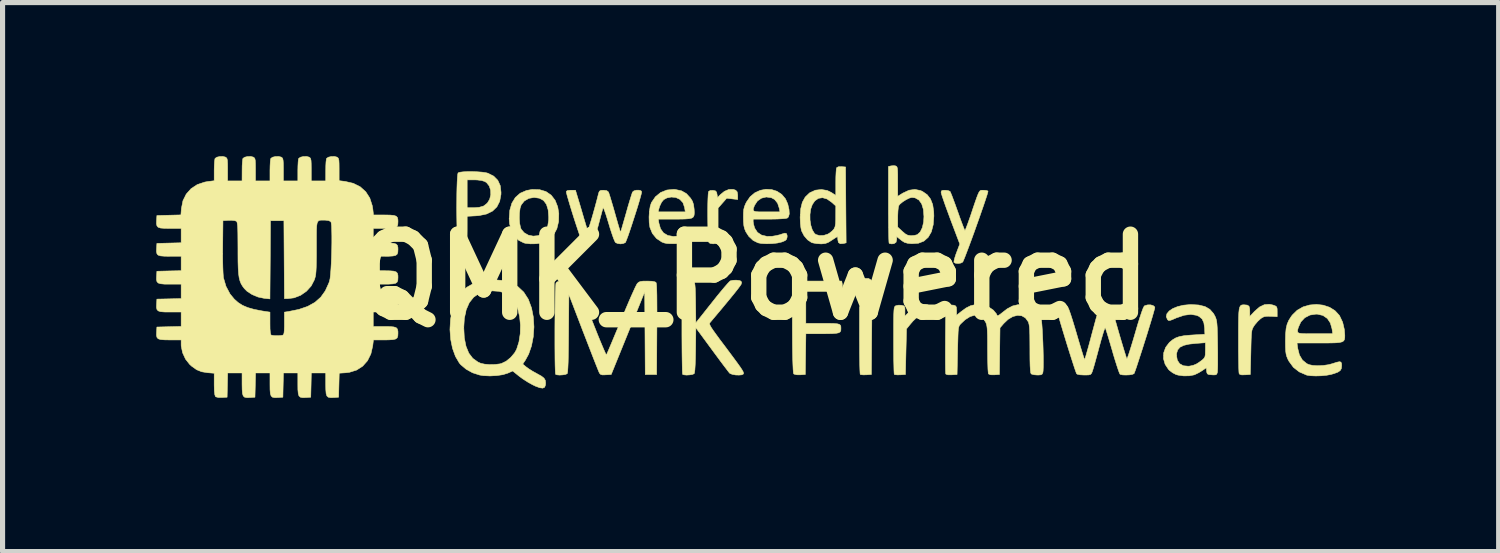
<source format=kicad_pcb>
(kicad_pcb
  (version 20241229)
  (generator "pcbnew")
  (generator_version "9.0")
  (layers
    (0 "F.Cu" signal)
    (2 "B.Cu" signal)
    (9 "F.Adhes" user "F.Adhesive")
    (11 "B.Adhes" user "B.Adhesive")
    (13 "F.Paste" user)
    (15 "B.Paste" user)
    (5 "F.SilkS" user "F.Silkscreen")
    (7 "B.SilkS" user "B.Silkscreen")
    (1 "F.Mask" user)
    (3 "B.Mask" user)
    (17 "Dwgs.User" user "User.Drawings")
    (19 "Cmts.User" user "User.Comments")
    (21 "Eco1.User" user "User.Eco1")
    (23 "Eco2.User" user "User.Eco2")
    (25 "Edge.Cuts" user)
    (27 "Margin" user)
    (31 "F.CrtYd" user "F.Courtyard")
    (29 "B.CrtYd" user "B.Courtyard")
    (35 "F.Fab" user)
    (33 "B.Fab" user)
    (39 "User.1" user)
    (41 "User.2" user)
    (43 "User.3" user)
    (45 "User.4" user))
  (footprint "QMK_Powered"
    (layer "F.Cu")
    (at 11.655 2.357)
    (property "Reference" "QMK_Powered" (at 0 0 0) (layer "F.SilkS") (effects (font (size 1.524 1.524) (thickness 0.3))))
    (attr through_hole)
    (fp_poly (pts (xy 2.246 0.553) (xy 2.319 0.566) (xy 2.313 1.236) (xy 2.308 1.905) (xy 2.207 1.911) (xy 2.146 1.912) (xy 2.102 1.907) (xy 2.091 1.903) (xy 2.087 1.88) (xy 2.084 1.821) (xy 2.081 1.732) (xy 2.079 1.618) (xy 2.077 1.482) (xy 2.077 1.331) (xy 2.076 1.236) (xy 2.076 0.584) (xy 2.125 0.561) (xy 2.181 0.55) (xy 2.246 0.553)) (stroke (width 0.01) (type solid)) (fill yes) (layer "F.SilkS"))
    (fp_poly (pts (xy 2.25 0.028) (xy 2.305 0.061) (xy 2.334 0.124) (xy 2.338 0.169) (xy 2.333 0.228) (xy 2.319 0.269) (xy 2.313 0.277) (xy 2.26 0.301) (xy 2.192 0.311) (xy 2.147 0.307) (xy 2.092 0.285) (xy 2.064 0.243) (xy 2.056 0.172) (xy 2.056 0.171) (xy 2.064 0.1) (xy 2.095 0.057) (xy 2.155 0.032) (xy 2.174 0.028) (xy 2.25 0.028)) (stroke (width 0.01) (type solid)) (fill yes) (layer "F.SilkS"))
    (fp_poly (pts (xy -0.341 -1.693) (xy -0.313 -1.663) (xy -0.303 -1.608) (xy -0.302 -1.592) (xy -0.302 -1.512) (xy -0.409 -1.524) (xy -0.517 -1.537) (xy -0.601 -1.441) (xy -0.685 -1.345) (xy -0.685 -1.007) (xy -0.686 -0.881) (xy -0.688 -0.789) (xy -0.691 -0.727) (xy -0.697 -0.688) (xy -0.706 -0.666) (xy -0.717 -0.657) (xy -0.78 -0.646) (xy -0.837 -0.654) (xy -0.863 -0.669) (xy -0.87 -0.696) (xy -0.875 -0.755) (xy -0.88 -0.842) (xy -0.884 -0.948) (xy -0.886 -1.066) (xy -0.887 -1.19) (xy -0.887 -1.314) (xy -0.886 -1.429) (xy -0.883 -1.529) (xy -0.879 -1.607) (xy -0.873 -1.657) (xy -0.869 -1.67) (xy -0.837 -1.688) (xy -0.784 -1.69) (xy -0.736 -1.68) (xy -0.714 -1.655) (xy -0.706 -1.616) (xy -0.695 -1.549) (xy -0.645 -1.603) (xy -0.562 -1.671) (xy -0.475 -1.708) (xy -0.391 -1.71) (xy -0.341 -1.693)) (stroke (width 0.01) (type solid)) (fill yes) (layer "F.SilkS"))
    (fp_poly (pts (xy 3.405 0.544) (xy 3.461 0.565) (xy 3.489 0.596) (xy 3.497 0.623) (xy 3.502 0.686) (xy 3.496 0.734) (xy 3.487 0.764) (xy 3.47 0.778) (xy 3.436 0.781) (xy 3.374 0.775) (xy 3.365 0.774) (xy 3.288 0.77) (xy 3.228 0.78) (xy 3.175 0.809) (xy 3.118 0.864) (xy 3.071 0.919) (xy 2.994 1.014) (xy 2.983 1.46) (xy 2.973 1.905) (xy 2.872 1.911) (xy 2.811 1.912) (xy 2.767 1.907) (xy 2.756 1.903) (xy 2.752 1.88) (xy 2.749 1.821) (xy 2.747 1.732) (xy 2.744 1.618) (xy 2.743 1.482) (xy 2.742 1.331) (xy 2.742 1.237) (xy 2.742 1.058) (xy 2.742 0.915) (xy 2.743 0.804) (xy 2.745 0.72) (xy 2.748 0.66) (xy 2.752 0.619) (xy 2.758 0.593) (xy 2.766 0.577) (xy 2.776 0.568) (xy 2.784 0.563) (xy 2.835 0.551) (xy 2.895 0.553) (xy 2.936 0.563) (xy 2.956 0.581) (xy 2.963 0.618) (xy 2.963 0.666) (xy 2.963 0.766) (xy 3.059 0.667) (xy 3.158 0.584) (xy 3.256 0.54) (xy 3.358 0.535) (xy 3.405 0.544)) (stroke (width 0.01) (type solid)) (fill yes) (layer "F.SilkS"))
    (fp_poly (pts (xy 1.739 0.135) (xy 1.741 0.194) (xy 1.732 0.236) (xy 1.725 0.253) (xy 1.713 0.265) (xy 1.691 0.273) (xy 1.652 0.278) (xy 1.592 0.281) (xy 1.504 0.282) (xy 1.381 0.282) (xy 1.028 0.282) (xy 1.028 0.907) (xy 1.359 0.907) (xy 1.486 0.907) (xy 1.578 0.909) (xy 1.642 0.915) (xy 1.681 0.925) (xy 1.703 0.942) (xy 1.712 0.968) (xy 1.713 1.004) (xy 1.713 1.016) (xy 1.711 1.049) (xy 1.698 1.073) (xy 1.671 1.09) (xy 1.623 1.1) (xy 1.55 1.106) (xy 1.446 1.108) (xy 1.347 1.109) (xy 1.029 1.109) (xy 1.018 1.905) (xy 0.917 1.911) (xy 0.846 1.91) (xy 0.799 1.897) (xy 0.791 1.892) (xy 0.785 1.866) (xy 0.78 1.806) (xy 0.776 1.715) (xy 0.772 1.6) (xy 0.769 1.464) (xy 0.767 1.314) (xy 0.766 1.154) (xy 0.765 0.99) (xy 0.765 0.826) (xy 0.766 0.669) (xy 0.768 0.522) (xy 0.77 0.391) (xy 0.773 0.281) (xy 0.778 0.197) (xy 0.783 0.145) (xy 0.786 0.132) (xy 0.805 0.081) (xy 1.729 0.081) (xy 1.739 0.135)) (stroke (width 0.01) (type solid)) (fill yes) (layer "F.SilkS"))
    (fp_poly (pts (xy 10.147 0.548) (xy 10.196 0.566) (xy 10.221 0.586) (xy 10.23 0.622) (xy 10.231 0.675) (xy 10.231 0.776) (xy 10.104 0.769) (xy 10.029 0.768) (xy 9.978 0.775) (xy 9.936 0.795) (xy 9.906 0.816) (xy 9.85 0.868) (xy 9.795 0.933) (xy 9.781 0.953) (xy 9.763 0.981) (xy 9.75 1.007) (xy 9.739 1.039) (xy 9.732 1.081) (xy 9.727 1.139) (xy 9.723 1.22) (xy 9.72 1.33) (xy 9.717 1.47) (xy 9.706 1.905) (xy 9.603 1.911) (xy 9.538 1.912) (xy 9.502 1.903) (xy 9.487 1.884) (xy 9.484 1.856) (xy 9.481 1.794) (xy 9.479 1.701) (xy 9.477 1.583) (xy 9.475 1.446) (xy 9.475 1.295) (xy 9.475 1.229) (xy 9.475 1.045) (xy 9.476 0.898) (xy 9.478 0.782) (xy 9.482 0.695) (xy 9.489 0.632) (xy 9.5 0.59) (xy 9.514 0.564) (xy 9.533 0.55) (xy 9.557 0.545) (xy 9.585 0.544) (xy 9.647 0.55) (xy 9.681 0.572) (xy 9.694 0.621) (xy 9.696 0.67) (xy 9.696 0.771) (xy 9.792 0.669) (xy 9.888 0.586) (xy 9.982 0.541) (xy 10.08 0.534) (xy 10.147 0.548)) (stroke (width 0.01) (type solid)) (fill yes) (layer "F.SilkS"))
    (fp_poly (pts (xy -4.17 -1.704) (xy -4.046 -1.667) (xy -3.944 -1.597) (xy -3.867 -1.497) (xy -3.816 -1.368) (xy -3.795 -1.24) (xy -3.799 -1.082) (xy -3.833 -0.941) (xy -3.896 -0.823) (xy -3.986 -0.731) (xy -4.058 -0.687) (xy -4.137 -0.662) (xy -4.239 -0.648) (xy -4.347 -0.646) (xy -4.444 -0.656) (xy -4.478 -0.665) (xy -4.579 -0.716) (xy -4.662 -0.798) (xy -4.722 -0.908) (xy -4.756 -1.04) (xy -4.764 -1.134) (xy -4.763 -1.145) (xy -4.566 -1.145) (xy -4.559 -1.046) (xy -4.542 -0.964) (xy -4.53 -0.933) (xy -4.471 -0.863) (xy -4.389 -0.816) (xy -4.295 -0.797) (xy -4.199 -0.806) (xy -4.114 -0.844) (xy -4.051 -0.908) (xy -4.011 -0.995) (xy -3.993 -1.111) (xy -3.992 -1.169) (xy -4.003 -1.31) (xy -4.036 -1.417) (xy -4.093 -1.493) (xy -4.173 -1.537) (xy -4.277 -1.552) (xy -4.278 -1.552) (xy -4.381 -1.534) (xy -4.468 -1.483) (xy -4.529 -1.407) (xy -4.551 -1.34) (xy -4.563 -1.248) (xy -4.566 -1.145) (xy -4.763 -1.145) (xy -4.752 -1.301) (xy -4.711 -1.441) (xy -4.643 -1.552) (xy -4.548 -1.635) (xy -4.426 -1.688) (xy -4.315 -1.708) (xy -4.17 -1.704)) (stroke (width 0.01) (type solid)) (fill yes) (layer "F.SilkS"))
    (fp_poly (pts (xy -5.385 -2.053) (xy -5.293 -2.046) (xy -5.217 -2.035) (xy -5.179 -2.025) (xy -5.066 -1.968) (xy -4.986 -1.887) (xy -4.938 -1.782) (xy -4.923 -1.653) (xy -4.924 -1.61) (xy -4.949 -1.476) (xy -5.004 -1.368) (xy -5.089 -1.286) (xy -5.205 -1.229) (xy -5.352 -1.198) (xy -5.415 -1.193) (xy -5.584 -1.184) (xy -5.584 -0.927) (xy -5.585 -0.818) (xy -5.587 -0.743) (xy -5.593 -0.696) (xy -5.602 -0.67) (xy -5.615 -0.658) (xy -5.616 -0.657) (xy -5.676 -0.647) (xy -5.741 -0.653) (xy -5.76 -0.658) (xy -5.767 -0.681) (xy -5.774 -0.738) (xy -5.779 -0.823) (xy -5.782 -0.932) (xy -5.785 -1.058) (xy -5.787 -1.196) (xy -5.788 -1.34) (xy -5.787 -1.484) (xy -5.786 -1.623) (xy -5.783 -1.75) (xy -5.779 -1.86) (xy -5.777 -1.895) (xy -5.584 -1.895) (xy -5.584 -1.351) (xy -5.458 -1.351) (xy -5.351 -1.359) (xy -5.267 -1.383) (xy -5.261 -1.386) (xy -5.191 -1.441) (xy -5.145 -1.516) (xy -5.123 -1.604) (xy -5.126 -1.693) (xy -5.153 -1.776) (xy -5.206 -1.842) (xy -5.241 -1.864) (xy -5.303 -1.883) (xy -5.392 -1.894) (xy -5.442 -1.895) (xy -5.584 -1.895) (xy -5.777 -1.895) (xy -5.774 -1.948) (xy -5.768 -2.007) (xy -5.761 -2.032) (xy -5.728 -2.044) (xy -5.665 -2.052) (xy -5.58 -2.057) (xy -5.484 -2.057) (xy -5.385 -2.053)) (stroke (width 0.01) (type solid)) (fill yes) (layer "F.SilkS"))
    (fp_poly (pts (xy 4.496 -1.693) (xy 4.549 -1.689) (xy 4.582 -1.678) (xy 4.585 -1.674) (xy 4.581 -1.652) (xy 4.565 -1.597) (xy 4.538 -1.515) (xy 4.503 -1.41) (xy 4.461 -1.289) (xy 4.415 -1.156) (xy 4.365 -1.016) (xy 4.315 -0.875) (xy 4.265 -0.738) (xy 4.218 -0.611) (xy 4.175 -0.497) (xy 4.139 -0.403) (xy 4.111 -0.334) (xy 4.094 -0.295) (xy 4.09 -0.29) (xy 4.055 -0.271) (xy 4.003 -0.263) (xy 3.953 -0.267) (xy 3.921 -0.283) (xy 3.92 -0.284) (xy 3.921 -0.311) (xy 3.934 -0.366) (xy 3.957 -0.439) (xy 3.97 -0.474) (xy 4.034 -0.643) (xy 3.851 -1.127) (xy 3.802 -1.261) (xy 3.757 -1.383) (xy 3.72 -1.489) (xy 3.691 -1.573) (xy 3.674 -1.63) (xy 3.669 -1.653) (xy 3.676 -1.68) (xy 3.703 -1.691) (xy 3.747 -1.693) (xy 3.803 -1.687) (xy 3.841 -1.672) (xy 3.845 -1.668) (xy 3.857 -1.642) (xy 3.881 -1.584) (xy 3.912 -1.501) (xy 3.95 -1.398) (xy 3.991 -1.283) (xy 3.994 -1.275) (xy 4.034 -1.162) (xy 4.071 -1.062) (xy 4.101 -0.983) (xy 4.123 -0.929) (xy 4.134 -0.908) (xy 4.135 -0.907) (xy 4.145 -0.925) (xy 4.165 -0.975) (xy 4.193 -1.05) (xy 4.226 -1.143) (xy 4.244 -1.194) (xy 4.294 -1.345) (xy 4.334 -1.462) (xy 4.365 -1.55) (xy 4.389 -1.612) (xy 4.408 -1.653) (xy 4.426 -1.678) (xy 4.443 -1.69) (xy 4.462 -1.693) (xy 4.485 -1.693) (xy 4.496 -1.693)) (stroke (width 0.01) (type solid)) (fill yes) (layer "F.SilkS"))
    (fp_poly (pts (xy -1.518 -1.707) (xy -1.399 -1.681) (xy -1.305 -1.628) (xy -1.225 -1.541) (xy -1.221 -1.536) (xy -1.184 -1.475) (xy -1.164 -1.411) (xy -1.153 -1.328) (xy -1.152 -1.317) (xy -1.149 -1.252) (xy -1.153 -1.205) (xy -1.168 -1.171) (xy -1.199 -1.149) (xy -1.253 -1.137) (xy -1.333 -1.131) (xy -1.445 -1.129) (xy -1.535 -1.129) (xy -1.852 -1.129) (xy -1.841 -1.053) (xy -1.809 -0.941) (xy -1.751 -0.86) (xy -1.667 -0.81) (xy -1.558 -0.79) (xy -1.426 -0.802) (xy -1.368 -0.815) (xy -1.302 -0.832) (xy -1.249 -0.846) (xy -1.228 -0.851) (xy -1.208 -0.842) (xy -1.2 -0.8) (xy -1.199 -0.786) (xy -1.208 -0.737) (xy -1.237 -0.7) (xy -1.291 -0.675) (xy -1.375 -0.66) (xy -1.493 -0.651) (xy -1.512 -0.65) (xy -1.612 -0.649) (xy -1.684 -0.653) (xy -1.738 -0.664) (xy -1.784 -0.682) (xy -1.888 -0.752) (xy -1.968 -0.85) (xy -2.016 -0.967) (xy -2.016 -0.967) (xy -2.03 -1.062) (xy -2.033 -1.172) (xy -2.027 -1.27) (xy -1.855 -1.27) (xy -1.325 -1.27) (xy -1.339 -1.355) (xy -1.371 -1.45) (xy -1.433 -1.516) (xy -1.512 -1.552) (xy -1.598 -1.56) (xy -1.684 -1.543) (xy -1.747 -1.509) (xy -1.788 -1.459) (xy -1.824 -1.384) (xy -1.842 -1.325) (xy -1.855 -1.27) (xy -2.027 -1.27) (xy -2.026 -1.283) (xy -2.01 -1.381) (xy -1.987 -1.451) (xy -1.908 -1.566) (xy -1.806 -1.649) (xy -1.685 -1.697) (xy -1.549 -1.71) (xy -1.518 -1.707)) (stroke (width 0.01) (type solid)) (fill yes) (layer "F.SilkS"))
    (fp_poly (pts (xy 1.804 -2.147) (xy 1.809 -1.407) (xy 1.815 -0.666) (xy 1.764 -0.653) (xy 1.701 -0.648) (xy 1.664 -0.673) (xy 1.653 -0.725) (xy 1.651 -0.768) (xy 1.645 -0.786) (xy 1.645 -0.786) (xy 1.625 -0.776) (xy 1.582 -0.749) (xy 1.532 -0.716) (xy 1.465 -0.674) (xy 1.408 -0.653) (xy 1.344 -0.646) (xy 1.313 -0.646) (xy 1.237 -0.651) (xy 1.167 -0.664) (xy 1.138 -0.673) (xy 1.062 -0.725) (xy 0.994 -0.804) (xy 0.946 -0.897) (xy 0.944 -0.902) (xy 0.932 -0.958) (xy 0.922 -1.042) (xy 0.918 -1.138) (xy 0.917 -1.169) (xy 0.921 -1.219) (xy 1.109 -1.219) (xy 1.11 -1.111) (xy 1.126 -1.007) (xy 1.155 -0.917) (xy 1.196 -0.851) (xy 1.223 -0.829) (xy 1.294 -0.808) (xy 1.378 -0.811) (xy 1.459 -0.837) (xy 1.489 -0.855) (xy 1.542 -0.897) (xy 1.577 -0.935) (xy 1.598 -0.98) (xy 1.608 -1.042) (xy 1.612 -1.13) (xy 1.612 -1.182) (xy 1.613 -1.386) (xy 1.533 -1.458) (xy 1.442 -1.522) (xy 1.355 -1.547) (xy 1.274 -1.535) (xy 1.204 -1.485) (xy 1.154 -1.412) (xy 1.123 -1.323) (xy 1.109 -1.219) (xy 0.921 -1.219) (xy 0.928 -1.329) (xy 0.96 -1.458) (xy 1.016 -1.559) (xy 1.097 -1.637) (xy 1.111 -1.647) (xy 1.216 -1.694) (xy 1.332 -1.707) (xy 1.446 -1.688) (xy 1.528 -1.648) (xy 1.613 -1.592) (xy 1.613 -1.849) (xy 1.614 -1.949) (xy 1.618 -2.035) (xy 1.623 -2.099) (xy 1.629 -2.132) (xy 1.63 -2.133) (xy 1.664 -2.151) (xy 1.726 -2.153) (xy 1.804 -2.147)) (stroke (width 0.01) (type solid)) (fill yes) (layer "F.SilkS"))
    (fp_poly (pts (xy 0.36 -1.706) (xy 0.464 -1.673) (xy 0.557 -1.612) (xy 0.63 -1.526) (xy 0.675 -1.425) (xy 0.7 -1.316) (xy 0.705 -1.23) (xy 0.689 -1.172) (xy 0.667 -1.15) (xy 0.633 -1.142) (xy 0.566 -1.136) (xy 0.473 -1.131) (xy 0.363 -1.129) (xy 0.314 -1.129) (xy 0 -1.129) (xy 0 -1.079) (xy 0.008 -1.028) (xy 0.026 -0.964) (xy 0.032 -0.949) (xy 0.084 -0.87) (xy 0.164 -0.817) (xy 0.269 -0.792) (xy 0.365 -0.793) (xy 0.445 -0.806) (xy 0.522 -0.824) (xy 0.558 -0.837) (xy 0.619 -0.855) (xy 0.653 -0.844) (xy 0.664 -0.802) (xy 0.662 -0.774) (xy 0.652 -0.737) (xy 0.627 -0.711) (xy 0.575 -0.688) (xy 0.554 -0.681) (xy 0.472 -0.662) (xy 0.369 -0.651) (xy 0.26 -0.648) (xy 0.16 -0.653) (xy 0.094 -0.666) (xy -0.001 -0.713) (xy -0.085 -0.792) (xy -0.143 -0.881) (xy -0.167 -0.939) (xy -0.182 -1) (xy -0.189 -1.076) (xy -0.191 -1.161) (xy -0.19 -1.253) (xy -0.185 -1.308) (xy 0.001 -1.308) (xy 0.012 -1.288) (xy 0.046 -1.276) (xy 0.107 -1.271) (xy 0.2 -1.27) (xy 0.262 -1.27) (xy 0.523 -1.27) (xy 0.511 -1.336) (xy 0.477 -1.44) (xy 0.419 -1.512) (xy 0.355 -1.547) (xy 0.255 -1.561) (xy 0.162 -1.538) (xy 0.083 -1.483) (xy 0.027 -1.398) (xy 0.022 -1.385) (xy 0.005 -1.339) (xy 0.001 -1.308) (xy -0.185 -1.308) (xy -0.184 -1.319) (xy -0.17 -1.374) (xy -0.147 -1.43) (xy -0.131 -1.462) (xy -0.058 -1.567) (xy 0.033 -1.643) (xy 0.138 -1.691) (xy 0.248 -1.712) (xy 0.36 -1.706)) (stroke (width 0.01) (type solid)) (fill yes) (layer "F.SilkS"))
    (fp_poly (pts (xy 2.78 -2.168) (xy 2.797 -2.16) (xy 2.808 -2.146) (xy 2.816 -2.119) (xy 2.82 -2.072) (xy 2.822 -1.999) (xy 2.822 -1.894) (xy 2.822 -1.864) (xy 2.822 -1.574) (xy 2.923 -1.637) (xy 3.043 -1.693) (xy 3.158 -1.709) (xy 3.269 -1.686) (xy 3.306 -1.669) (xy 3.397 -1.606) (xy 3.462 -1.522) (xy 3.505 -1.413) (xy 3.525 -1.274) (xy 3.528 -1.188) (xy 3.515 -1.019) (xy 3.479 -0.881) (xy 3.418 -0.775) (xy 3.334 -0.7) (xy 3.226 -0.658) (xy 3.097 -0.649) (xy 3.092 -0.649) (xy 3.012 -0.658) (xy 2.954 -0.675) (xy 2.901 -0.709) (xy 2.884 -0.723) (xy 2.802 -0.788) (xy 2.802 -0.729) (xy 2.789 -0.676) (xy 2.749 -0.65) (xy 2.703 -0.645) (xy 2.665 -0.652) (xy 2.654 -0.659) (xy 2.651 -0.681) (xy 2.648 -0.739) (xy 2.646 -0.829) (xy 2.644 -0.945) (xy 2.642 -1.083) (xy 2.642 -1.163) (xy 2.822 -1.163) (xy 2.822 -0.973) (xy 2.912 -0.89) (xy 2.971 -0.84) (xy 3.018 -0.815) (xy 3.069 -0.807) (xy 3.085 -0.806) (xy 3.148 -0.811) (xy 3.199 -0.824) (xy 3.206 -0.827) (xy 3.262 -0.879) (xy 3.303 -0.963) (xy 3.328 -1.073) (xy 3.334 -1.179) (xy 3.323 -1.319) (xy 3.29 -1.427) (xy 3.236 -1.502) (xy 3.162 -1.544) (xy 3.099 -1.552) (xy 3.05 -1.54) (xy 2.985 -1.508) (xy 2.919 -1.466) (xy 2.866 -1.422) (xy 2.844 -1.394) (xy 2.834 -1.356) (xy 2.827 -1.29) (xy 2.823 -1.206) (xy 2.822 -1.163) (xy 2.642 -1.163) (xy 2.641 -1.239) (xy 2.641 -1.408) (xy 2.641 -1.414) (xy 2.641 -2.156) (xy 2.69 -2.168) (xy 2.746 -2.173) (xy 2.78 -2.168)) (stroke (width 0.01) (type solid)) (fill yes) (layer "F.SilkS"))
    (fp_poly (pts (xy 11.129 0.551) (xy 11.253 0.592) (xy 11.36 0.659) (xy 11.445 0.751) (xy 11.45 0.76) (xy 11.509 0.884) (xy 11.543 1.03) (xy 11.551 1.139) (xy 11.55 1.185) (xy 11.544 1.222) (xy 11.529 1.248) (xy 11.499 1.267) (xy 11.45 1.279) (xy 11.378 1.286) (xy 11.277 1.289) (xy 11.143 1.29) (xy 11.053 1.29) (xy 10.618 1.29) (xy 10.632 1.394) (xy 10.665 1.524) (xy 10.724 1.623) (xy 10.809 1.693) (xy 10.852 1.712) (xy 10.926 1.728) (xy 11.024 1.733) (xy 11.132 1.728) (xy 11.236 1.713) (xy 11.309 1.693) (xy 11.393 1.666) (xy 11.446 1.655) (xy 11.475 1.662) (xy 11.488 1.69) (xy 11.49 1.733) (xy 11.484 1.788) (xy 11.461 1.828) (xy 11.415 1.859) (xy 11.34 1.887) (xy 11.28 1.904) (xy 11.194 1.92) (xy 11.09 1.93) (xy 10.983 1.933) (xy 10.886 1.929) (xy 10.812 1.918) (xy 10.805 1.916) (xy 10.662 1.854) (xy 10.547 1.764) (xy 10.46 1.645) (xy 10.438 1.603) (xy 10.418 1.554) (xy 10.405 1.507) (xy 10.397 1.449) (xy 10.393 1.372) (xy 10.392 1.266) (xy 10.392 1.249) (xy 10.395 1.114) (xy 10.4 1.061) (xy 10.627 1.061) (xy 10.634 1.083) (xy 10.657 1.097) (xy 10.703 1.105) (xy 10.776 1.108) (xy 10.881 1.109) (xy 10.969 1.109) (xy 11.315 1.109) (xy 11.302 1.015) (xy 11.269 0.899) (xy 11.21 0.811) (xy 11.125 0.752) (xy 11.018 0.727) (xy 10.988 0.726) (xy 10.871 0.744) (xy 10.77 0.796) (xy 10.693 0.878) (xy 10.645 0.983) (xy 10.632 1.028) (xy 10.627 1.061) (xy 10.4 1.061) (xy 10.405 1.008) (xy 10.425 0.923) (xy 10.457 0.848) (xy 10.505 0.772) (xy 10.529 0.741) (xy 10.622 0.65) (xy 10.736 0.585) (xy 10.863 0.548) (xy 10.997 0.536) (xy 11.129 0.551)) (stroke (width 0.01) (type solid)) (fill yes) (layer "F.SilkS"))
    (fp_poly (pts (xy -4.899 0.068) (xy -4.733 0.113) (xy -4.593 0.19) (xy -4.479 0.297) (xy -4.39 0.436) (xy -4.327 0.606) (xy -4.292 0.784) (xy -4.28 0.976) (xy -4.293 1.166) (xy -4.328 1.347) (xy -4.384 1.508) (xy -4.448 1.625) (xy -4.499 1.701) (xy -4.432 1.757) (xy -4.381 1.794) (xy -4.308 1.84) (xy -4.228 1.884) (xy -4.218 1.89) (xy -4.135 1.936) (xy -4.084 1.976) (xy -4.058 2.019) (xy -4.052 2.072) (xy -4.055 2.109) (xy -4.071 2.153) (xy -4.108 2.171) (xy -4.168 2.163) (xy -4.256 2.13) (xy -4.307 2.105) (xy -4.399 2.054) (xy -4.497 1.991) (xy -4.573 1.935) (xy -4.695 1.836) (xy -4.79 1.878) (xy -4.886 1.908) (xy -5.007 1.926) (xy -5.139 1.933) (xy -5.267 1.927) (xy -5.342 1.915) (xy -5.479 1.871) (xy -5.605 1.801) (xy -5.708 1.714) (xy -5.738 1.679) (xy -5.813 1.551) (xy -5.87 1.394) (xy -5.906 1.218) (xy -5.92 1.03) (xy -5.918 0.988) (xy -5.65 0.988) (xy -5.64 1.187) (xy -5.607 1.353) (xy -5.553 1.486) (xy -5.475 1.589) (xy -5.373 1.662) (xy -5.317 1.687) (xy -5.242 1.703) (xy -5.144 1.711) (xy -5.041 1.709) (xy -4.949 1.698) (xy -4.915 1.69) (xy -4.822 1.645) (xy -4.733 1.572) (xy -4.658 1.483) (xy -4.619 1.414) (xy -4.573 1.269) (xy -4.548 1.108) (xy -4.544 0.94) (xy -4.56 0.775) (xy -4.596 0.623) (xy -4.651 0.494) (xy -4.674 0.458) (xy -4.751 0.371) (xy -4.845 0.313) (xy -4.962 0.281) (xy -5.09 0.272) (xy -5.186 0.275) (xy -5.258 0.286) (xy -5.322 0.307) (xy -5.349 0.32) (xy -5.458 0.396) (xy -5.543 0.503) (xy -5.603 0.641) (xy -5.639 0.81) (xy -5.65 0.988) (xy -5.918 0.988) (xy -5.91 0.839) (xy -5.909 0.826) (xy -5.873 0.637) (xy -5.819 0.48) (xy -5.742 0.35) (xy -5.641 0.243) (xy -5.586 0.199) (xy -5.452 0.122) (xy -5.304 0.075) (xy -5.134 0.054) (xy -5.09 0.053) (xy -4.899 0.068)) (stroke (width 0.01) (type solid)) (fill yes) (layer "F.SilkS"))
    (fp_poly (pts (xy -1.219 0.065) (xy -1.163 0.086) (xy -1.163 0.086) (xy -1.151 0.099) (xy -1.142 0.123) (xy -1.136 0.162) (xy -1.131 0.223) (xy -1.128 0.31) (xy -1.125 0.429) (xy -1.124 0.504) (xy -1.119 0.896) (xy -0.8 0.494) (xy -0.712 0.383) (xy -0.63 0.283) (xy -0.559 0.198) (xy -0.502 0.133) (xy -0.463 0.091) (xy -0.447 0.077) (xy -0.393 0.065) (xy -0.327 0.063) (xy -0.268 0.07) (xy -0.243 0.08) (xy -0.225 0.102) (xy -0.233 0.14) (xy -0.236 0.146) (xy -0.256 0.176) (xy -0.299 0.234) (xy -0.364 0.316) (xy -0.447 0.418) (xy -0.547 0.539) (xy -0.66 0.675) (xy -0.784 0.822) (xy -0.843 0.892) (xy -0.85 0.905) (xy -0.85 0.922) (xy -0.84 0.949) (xy -0.818 0.988) (xy -0.781 1.043) (xy -0.727 1.118) (xy -0.654 1.218) (xy -0.558 1.345) (xy -0.55 1.356) (xy -0.444 1.498) (xy -0.36 1.611) (xy -0.295 1.7) (xy -0.248 1.766) (xy -0.216 1.815) (xy -0.197 1.849) (xy -0.189 1.871) (xy -0.188 1.887) (xy -0.192 1.895) (xy -0.221 1.911) (xy -0.276 1.916) (xy -0.342 1.914) (xy -0.404 1.903) (xy -0.45 1.886) (xy -0.459 1.879) (xy -0.48 1.854) (xy -0.521 1.8) (xy -0.579 1.724) (xy -0.65 1.629) (xy -0.73 1.521) (xy -0.806 1.418) (xy -1.119 0.992) (xy -1.124 1.427) (xy -1.127 1.589) (xy -1.132 1.719) (xy -1.138 1.814) (xy -1.146 1.871) (xy -1.152 1.888) (xy -1.183 1.903) (xy -1.238 1.912) (xy -1.3 1.916) (xy -1.352 1.911) (xy -1.378 1.902) (xy -1.38 1.879) (xy -1.383 1.821) (xy -1.385 1.73) (xy -1.387 1.612) (xy -1.389 1.469) (xy -1.39 1.308) (xy -1.391 1.13) (xy -1.391 0.995) (xy -1.391 0.782) (xy -1.391 0.606) (xy -1.39 0.463) (xy -1.389 0.349) (xy -1.387 0.261) (xy -1.384 0.196) (xy -1.381 0.15) (xy -1.376 0.119) (xy -1.37 0.1) (xy -1.362 0.089) (xy -1.353 0.082) (xy -1.352 0.081) (xy -1.289 0.063) (xy -1.219 0.065)) (stroke (width 0.01) (type solid)) (fill yes) (layer "F.SilkS"))
    (fp_poly (pts (xy 8.699 0.548) (xy 8.821 0.578) (xy 8.915 0.632) (xy 8.986 0.712) (xy 9.014 0.761) (xy 9.029 0.794) (xy 9.04 0.827) (xy 9.049 0.866) (xy 9.055 0.917) (xy 9.06 0.986) (xy 9.063 1.078) (xy 9.066 1.201) (xy 9.068 1.335) (xy 9.07 1.473) (xy 9.07 1.599) (xy 9.07 1.709) (xy 9.068 1.794) (xy 9.065 1.849) (xy 9.063 1.865) (xy 9.051 1.897) (xy 9.029 1.911) (xy 8.985 1.913) (xy 8.955 1.911) (xy 8.897 1.906) (xy 8.868 1.893) (xy 8.857 1.866) (xy 8.853 1.839) (xy 8.847 1.774) (xy 8.763 1.831) (xy 8.697 1.871) (xy 8.631 1.903) (xy 8.61 1.912) (xy 8.515 1.93) (xy 8.404 1.932) (xy 8.297 1.917) (xy 8.255 1.905) (xy 8.189 1.871) (xy 8.125 1.822) (xy 8.11 1.807) (xy 8.043 1.706) (xy 8.011 1.596) (xy 8.013 1.533) (xy 8.265 1.533) (xy 8.281 1.626) (xy 8.327 1.694) (xy 8.399 1.734) (xy 8.496 1.743) (xy 8.526 1.74) (xy 8.593 1.725) (xy 8.65 1.702) (xy 8.702 1.67) (xy 8.759 1.628) (xy 8.767 1.622) (xy 8.8 1.591) (xy 8.819 1.561) (xy 8.827 1.519) (xy 8.829 1.453) (xy 8.83 1.426) (xy 8.83 1.284) (xy 8.65 1.297) (xy 8.51 1.312) (xy 8.406 1.336) (xy 8.333 1.372) (xy 8.289 1.423) (xy 8.268 1.489) (xy 8.265 1.533) (xy 8.013 1.533) (xy 8.015 1.482) (xy 8.054 1.374) (xy 8.127 1.278) (xy 8.133 1.273) (xy 8.192 1.225) (xy 8.253 1.189) (xy 8.324 1.164) (xy 8.415 1.147) (xy 8.534 1.136) (xy 8.598 1.132) (xy 8.819 1.119) (xy 8.814 0.998) (xy 8.799 0.894) (xy 8.765 0.821) (xy 8.706 0.771) (xy 8.656 0.749) (xy 8.544 0.731) (xy 8.413 0.748) (xy 8.263 0.799) (xy 8.25 0.805) (xy 8.18 0.835) (xy 8.136 0.85) (xy 8.11 0.85) (xy 8.093 0.837) (xy 8.089 0.832) (xy 8.065 0.775) (xy 8.078 0.718) (xy 8.122 0.665) (xy 8.193 0.617) (xy 8.287 0.579) (xy 8.399 0.552) (xy 8.525 0.54) (xy 8.547 0.539) (xy 8.699 0.548)) (stroke (width 0.01) (type solid)) (fill yes) (layer "F.SilkS"))
    (fp_poly (pts (xy -3.544 0.081) (xy -3.512 0.09) (xy -3.483 0.108) (xy -3.455 0.139) (xy -3.425 0.184) (xy -3.391 0.249) (xy -3.353 0.335) (xy -3.307 0.445) (xy -3.251 0.584) (xy -3.185 0.753) (xy -3.105 0.956) (xy -3.094 0.983) (xy -3.039 1.122) (xy -2.988 1.247) (xy -2.943 1.354) (xy -2.907 1.438) (xy -2.881 1.496) (xy -2.867 1.521) (xy -2.866 1.522) (xy -2.856 1.501) (xy -2.832 1.447) (xy -2.797 1.365) (xy -2.752 1.258) (xy -2.699 1.131) (xy -2.639 0.988) (xy -2.579 0.842) (xy -2.514 0.686) (xy -2.452 0.54) (xy -2.396 0.409) (xy -2.346 0.298) (xy -2.306 0.21) (xy -2.277 0.152) (xy -2.262 0.127) (xy -2.235 0.103) (xy -2.202 0.089) (xy -2.152 0.082) (xy -2.072 0.081) (xy -2.07 0.081) (xy -1.975 0.084) (xy -1.917 0.096) (xy -1.897 0.108) (xy -1.891 0.129) (xy -1.886 0.177) (xy -1.883 0.254) (xy -1.88 0.362) (xy -1.879 0.503) (xy -1.878 0.679) (xy -1.879 0.893) (xy -1.88 1.02) (xy -1.885 1.905) (xy -2.107 1.905) (xy -2.112 1.099) (xy -2.118 0.292) (xy -2.445 1.099) (xy -2.772 1.905) (xy -2.877 1.911) (xy -2.939 1.913) (xy -2.975 1.905) (xy -2.997 1.884) (xy -3.009 1.861) (xy -3.022 1.83) (xy -3.048 1.765) (xy -3.085 1.672) (xy -3.131 1.555) (xy -3.184 1.418) (xy -3.243 1.266) (xy -3.306 1.103) (xy -3.318 1.073) (xy -3.598 0.342) (xy -3.604 1.102) (xy -3.606 1.327) (xy -3.609 1.513) (xy -3.612 1.661) (xy -3.617 1.771) (xy -3.622 1.845) (xy -3.629 1.883) (xy -3.631 1.888) (xy -3.663 1.903) (xy -3.717 1.912) (xy -3.779 1.916) (xy -3.832 1.911) (xy -3.857 1.902) (xy -3.861 1.878) (xy -3.864 1.819) (xy -3.867 1.73) (xy -3.869 1.616) (xy -3.87 1.481) (xy -3.871 1.332) (xy -3.871 1.172) (xy -3.871 1.008) (xy -3.87 0.843) (xy -3.868 0.684) (xy -3.866 0.535) (xy -3.864 0.401) (xy -3.861 0.288) (xy -3.857 0.199) (xy -3.853 0.141) (xy -3.85 0.12) (xy -3.833 0.1) (xy -3.805 0.088) (xy -3.755 0.082) (xy -3.674 0.081) (xy -3.673 0.081) (xy -3.622 0.08) (xy -3.58 0.079) (xy -3.544 0.081)) (stroke (width 0.01) (type solid)) (fill yes) (layer "F.SilkS"))
    (fp_poly (pts (xy -2.191 -1.683) (xy -2.177 -1.662) (xy -2.183 -1.628) (xy -2.2 -1.563) (xy -2.225 -1.475) (xy -2.257 -1.369) (xy -2.294 -1.252) (xy -2.333 -1.131) (xy -2.372 -1.011) (xy -2.409 -0.9) (xy -2.442 -0.804) (xy -2.47 -0.73) (xy -2.489 -0.683) (xy -2.497 -0.67) (xy -2.539 -0.652) (xy -2.59 -0.645) (xy -2.646 -0.653) (xy -2.686 -0.67) (xy -2.703 -0.698) (xy -2.728 -0.758) (xy -2.758 -0.844) (xy -2.793 -0.95) (xy -2.819 -1.038) (xy -2.852 -1.146) (xy -2.881 -1.237) (xy -2.905 -1.304) (xy -2.922 -1.344) (xy -2.93 -1.351) (xy -2.939 -1.322) (xy -2.956 -1.261) (xy -2.979 -1.176) (xy -3.006 -1.074) (xy -3.023 -1.009) (xy -3.053 -0.901) (xy -3.081 -0.806) (xy -3.104 -0.731) (xy -3.121 -0.684) (xy -3.128 -0.672) (xy -3.165 -0.653) (xy -3.222 -0.646) (xy -3.283 -0.651) (xy -3.328 -0.669) (xy -3.33 -0.67) (xy -3.342 -0.694) (xy -3.364 -0.75) (xy -3.394 -0.832) (xy -3.428 -0.934) (xy -3.466 -1.048) (xy -3.505 -1.169) (xy -3.543 -1.29) (xy -3.578 -1.405) (xy -3.608 -1.506) (xy -3.632 -1.589) (xy -3.646 -1.646) (xy -3.649 -1.668) (xy -3.63 -1.686) (xy -3.574 -1.693) (xy -3.559 -1.693) (xy -3.469 -1.693) (xy -3.419 -1.527) (xy -3.39 -1.432) (xy -3.356 -1.317) (xy -3.322 -1.201) (xy -3.307 -1.149) (xy -3.28 -1.06) (xy -3.257 -0.983) (xy -3.24 -0.928) (xy -3.233 -0.907) (xy -3.225 -0.917) (xy -3.208 -0.96) (xy -3.185 -1.032) (xy -3.156 -1.126) (xy -3.124 -1.237) (xy -3.09 -1.359) (xy -3.055 -1.488) (xy -3.022 -1.617) (xy -3.017 -1.638) (xy -3.002 -1.674) (xy -2.975 -1.69) (xy -2.923 -1.693) (xy -2.859 -1.685) (xy -2.826 -1.659) (xy -2.825 -1.658) (xy -2.814 -1.628) (xy -2.794 -1.566) (xy -2.768 -1.479) (xy -2.736 -1.372) (xy -2.702 -1.254) (xy -2.7 -1.245) (xy -2.667 -1.129) (xy -2.638 -1.028) (xy -2.614 -0.948) (xy -2.597 -0.894) (xy -2.589 -0.872) (xy -2.589 -0.872) (xy -2.583 -0.892) (xy -2.567 -0.945) (xy -2.544 -1.024) (xy -2.515 -1.125) (xy -2.482 -1.239) (xy -2.479 -1.25) (xy -2.446 -1.368) (xy -2.414 -1.475) (xy -2.387 -1.563) (xy -2.367 -1.626) (xy -2.356 -1.658) (xy -2.355 -1.658) (xy -2.327 -1.681) (xy -2.28 -1.694) (xy -2.23 -1.694) (xy -2.191 -1.683)) (stroke (width 0.01) (type solid)) (fill yes) (layer "F.SilkS"))
    (fp_poly (pts (xy 4.503 0.552) (xy 4.605 0.591) (xy 4.689 0.648) (xy 4.748 0.719) (xy 4.763 0.752) (xy 4.781 0.756) (xy 4.821 0.731) (xy 4.844 0.712) (xy 4.959 0.623) (xy 5.064 0.567) (xy 5.168 0.542) (xy 5.221 0.539) (xy 5.354 0.558) (xy 5.466 0.61) (xy 5.555 0.694) (xy 5.617 0.806) (xy 5.623 0.822) (xy 5.631 0.864) (xy 5.638 0.938) (xy 5.645 1.039) (xy 5.651 1.157) (xy 5.657 1.285) (xy 5.661 1.417) (xy 5.664 1.545) (xy 5.665 1.662) (xy 5.664 1.759) (xy 5.661 1.83) (xy 5.657 1.863) (xy 5.644 1.895) (xy 5.62 1.91) (xy 5.573 1.915) (xy 5.547 1.915) (xy 5.485 1.91) (xy 5.439 1.898) (xy 5.427 1.891) (xy 5.418 1.869) (xy 5.412 1.819) (xy 5.407 1.739) (xy 5.404 1.625) (xy 5.403 1.476) (xy 5.403 1.405) (xy 5.402 1.251) (xy 5.401 1.131) (xy 5.398 1.041) (xy 5.393 0.975) (xy 5.386 0.927) (xy 5.377 0.892) (xy 5.37 0.874) (xy 5.316 0.8) (xy 5.245 0.759) (xy 5.161 0.75) (xy 5.07 0.773) (xy 4.978 0.827) (xy 4.891 0.91) (xy 4.819 0.994) (xy 4.813 1.45) (xy 4.808 1.905) (xy 4.709 1.911) (xy 4.634 1.91) (xy 4.595 1.894) (xy 4.593 1.891) (xy 4.589 1.864) (xy 4.584 1.803) (xy 4.581 1.713) (xy 4.578 1.602) (xy 4.577 1.475) (xy 4.576 1.412) (xy 4.576 1.264) (xy 4.575 1.149) (xy 4.572 1.064) (xy 4.568 1) (xy 4.562 0.954) (xy 4.553 0.918) (xy 4.541 0.887) (xy 4.535 0.876) (xy 4.48 0.798) (xy 4.409 0.755) (xy 4.326 0.747) (xy 4.235 0.774) (xy 4.137 0.836) (xy 4.052 0.916) (xy 4.036 0.934) (xy 4.023 0.954) (xy 4.014 0.98) (xy 4.007 1.017) (xy 4.002 1.072) (xy 3.999 1.149) (xy 3.996 1.254) (xy 3.992 1.393) (xy 3.991 1.438) (xy 3.981 1.905) (xy 3.875 1.911) (xy 3.803 1.911) (xy 3.765 1.899) (xy 3.759 1.891) (xy 3.757 1.865) (xy 3.755 1.804) (xy 3.754 1.712) (xy 3.753 1.595) (xy 3.753 1.458) (xy 3.754 1.306) (xy 3.754 1.22) (xy 3.76 0.575) (xy 3.812 0.557) (xy 3.873 0.548) (xy 3.918 0.552) (xy 3.951 0.565) (xy 3.967 0.589) (xy 3.971 0.638) (xy 3.971 0.657) (xy 3.971 0.749) (xy 4.057 0.679) (xy 4.157 0.606) (xy 4.245 0.562) (xy 4.334 0.541) (xy 4.395 0.538) (xy 4.503 0.552)) (stroke (width 0.01) (type solid)) (fill yes) (layer "F.SilkS"))
    (fp_poly (pts (xy 7.809 0.559) (xy 7.839 0.585) (xy 7.842 0.598) (xy 7.836 0.627) (xy 7.819 0.688) (xy 7.794 0.776) (xy 7.761 0.885) (xy 7.723 1.009) (xy 7.682 1.143) (xy 7.638 1.281) (xy 7.595 1.417) (xy 7.553 1.546) (xy 7.515 1.663) (xy 7.483 1.761) (xy 7.457 1.835) (xy 7.44 1.879) (xy 7.436 1.888) (xy 7.404 1.902) (xy 7.348 1.912) (xy 7.28 1.915) (xy 7.216 1.913) (xy 7.17 1.903) (xy 7.163 1.9) (xy 7.151 1.877) (xy 7.13 1.821) (xy 7.102 1.737) (xy 7.069 1.633) (xy 7.032 1.512) (xy 7.015 1.451) (xy 6.978 1.325) (xy 6.944 1.21) (xy 6.915 1.114) (xy 6.892 1.042) (xy 6.878 0.999) (xy 6.875 0.992) (xy 6.866 1.003) (xy 6.849 1.047) (xy 6.826 1.12) (xy 6.797 1.217) (xy 6.766 1.331) (xy 6.754 1.375) (xy 6.72 1.502) (xy 6.688 1.619) (xy 6.66 1.72) (xy 6.637 1.797) (xy 6.622 1.844) (xy 6.62 1.85) (xy 6.604 1.885) (xy 6.584 1.905) (xy 6.55 1.913) (xy 6.49 1.915) (xy 6.464 1.915) (xy 6.384 1.911) (xy 6.331 1.9) (xy 6.315 1.89) (xy 6.305 1.865) (xy 6.284 1.806) (xy 6.255 1.719) (xy 6.219 1.607) (xy 6.177 1.475) (xy 6.131 1.328) (xy 6.101 1.23) (xy 6.048 1.056) (xy 6.006 0.916) (xy 5.974 0.807) (xy 5.951 0.725) (xy 5.936 0.665) (xy 5.929 0.623) (xy 5.927 0.596) (xy 5.931 0.58) (xy 5.94 0.57) (xy 5.941 0.569) (xy 5.995 0.549) (xy 6.064 0.546) (xy 6.125 0.563) (xy 6.126 0.563) (xy 6.142 0.585) (xy 6.165 0.636) (xy 6.195 0.72) (xy 6.233 0.838) (xy 6.28 0.992) (xy 6.311 1.097) (xy 6.351 1.234) (xy 6.388 1.357) (xy 6.42 1.462) (xy 6.445 1.542) (xy 6.463 1.594) (xy 6.471 1.613) (xy 6.479 1.594) (xy 6.495 1.542) (xy 6.518 1.461) (xy 6.548 1.356) (xy 6.581 1.234) (xy 6.61 1.124) (xy 6.647 0.988) (xy 6.68 0.864) (xy 6.71 0.758) (xy 6.734 0.674) (xy 6.75 0.62) (xy 6.757 0.601) (xy 6.797 0.562) (xy 6.864 0.548) (xy 6.923 0.553) (xy 6.989 0.565) (xy 7.135 1.074) (xy 7.175 1.211) (xy 7.212 1.335) (xy 7.244 1.441) (xy 7.27 1.523) (xy 7.287 1.578) (xy 7.296 1.598) (xy 7.305 1.583) (xy 7.323 1.535) (xy 7.349 1.457) (xy 7.381 1.355) (xy 7.418 1.234) (xy 7.458 1.098) (xy 7.458 1.098) (xy 7.509 0.923) (xy 7.552 0.786) (xy 7.586 0.684) (xy 7.612 0.614) (xy 7.632 0.574) (xy 7.642 0.563) (xy 7.698 0.546) (xy 7.758 0.545) (xy 7.809 0.559)) (stroke (width 0.01) (type solid)) (fill yes) (layer "F.SilkS"))
    (fp_poly (pts (xy -8.127 -2.34) (xy -8.108 -2.327) (xy -8.095 -2.307) (xy -8.088 -2.272) (xy -8.085 -2.214) (xy -8.084 -2.126) (xy -8.084 -2.098) (xy -8.084 -1.879) (xy -7.968 -1.865) (xy -7.808 -1.828) (xy -7.672 -1.76) (xy -7.564 -1.663) (xy -7.485 -1.54) (xy -7.437 -1.391) (xy -7.426 -1.325) (xy -7.413 -1.21) (xy -7.195 -1.21) (xy -7.088 -1.208) (xy -7.015 -1.201) (xy -6.97 -1.186) (xy -6.945 -1.159) (xy -6.936 -1.118) (xy -6.935 -1.078) (xy -6.938 -1.025) (xy -6.951 -0.988) (xy -6.98 -0.965) (xy -7.033 -0.953) (xy -7.115 -0.948) (xy -7.197 -0.947) (xy -7.418 -0.947) (xy -7.418 -0.665) (xy -7.197 -0.665) (xy -7.09 -0.664) (xy -7.017 -0.657) (xy -6.971 -0.642) (xy -6.946 -0.616) (xy -6.936 -0.575) (xy -6.935 -0.534) (xy -6.938 -0.481) (xy -6.951 -0.444) (xy -6.98 -0.421) (xy -7.033 -0.409) (xy -7.115 -0.404) (xy -7.197 -0.403) (xy -7.418 -0.403) (xy -7.418 -0.121) (xy -7.197 -0.121) (xy -7.09 -0.119) (xy -7.017 -0.113) (xy -6.971 -0.098) (xy -6.946 -0.072) (xy -6.936 -0.031) (xy -6.935 0.01) (xy -6.938 0.064) (xy -6.951 0.1) (xy -6.98 0.123) (xy -7.033 0.135) (xy -7.115 0.14) (xy -7.197 0.141) (xy -7.418 0.141) (xy -7.418 0.423) (xy -7.197 0.423) (xy -7.09 0.425) (xy -7.017 0.431) (xy -6.971 0.446) (xy -6.946 0.472) (xy -6.936 0.513) (xy -6.935 0.554) (xy -6.938 0.608) (xy -6.951 0.645) (xy -6.98 0.667) (xy -7.033 0.68) (xy -7.115 0.685) (xy -7.197 0.685) (xy -7.418 0.685) (xy -7.418 0.968) (xy -7.197 0.968) (xy -7.09 0.969) (xy -7.017 0.976) (xy -6.971 0.99) (xy -6.946 1.017) (xy -6.936 1.058) (xy -6.935 1.099) (xy -6.938 1.152) (xy -6.951 1.189) (xy -6.981 1.212) (xy -7.034 1.224) (xy -7.117 1.229) (xy -7.195 1.23) (xy -7.414 1.23) (xy -7.428 1.346) (xy -7.464 1.503) (xy -7.53 1.636) (xy -7.624 1.742) (xy -7.742 1.818) (xy -7.883 1.862) (xy -7.957 1.871) (xy -8.082 1.879) (xy -8.088 2.114) (xy -8.094 2.348) (xy -8.191 2.355) (xy -8.253 2.356) (xy -8.296 2.348) (xy -8.323 2.323) (xy -8.338 2.276) (xy -8.344 2.201) (xy -8.346 2.094) (xy -8.346 1.875) (xy -8.627 1.875) (xy -8.632 2.112) (xy -8.638 2.348) (xy -8.735 2.355) (xy -8.798 2.356) (xy -8.84 2.348) (xy -8.868 2.323) (xy -8.882 2.276) (xy -8.889 2.201) (xy -8.89 2.094) (xy -8.89 1.875) (xy -9.171 1.875) (xy -9.177 2.112) (xy -9.182 2.348) (xy -9.28 2.355) (xy -9.342 2.356) (xy -9.385 2.348) (xy -9.412 2.323) (xy -9.427 2.276) (xy -9.433 2.201) (xy -9.434 2.094) (xy -9.434 1.875) (xy -9.715 1.875) (xy -9.721 2.112) (xy -9.727 2.348) (xy -9.824 2.355) (xy -9.886 2.356) (xy -9.929 2.348) (xy -9.956 2.323) (xy -9.971 2.276) (xy -9.977 2.201) (xy -9.979 2.094) (xy -9.979 1.875) (xy -10.26 1.875) (xy -10.265 2.112) (xy -10.271 2.348) (xy -10.372 2.354) (xy -10.443 2.353) (xy -10.49 2.341) (xy -10.498 2.335) (xy -10.511 2.3) (xy -10.52 2.227) (xy -10.523 2.115) (xy -10.523 2.095) (xy -10.523 1.88) (xy -10.65 1.87) (xy -10.768 1.851) (xy -10.867 1.811) (xy -10.961 1.744) (xy -11.002 1.707) (xy -11.083 1.604) (xy -11.14 1.48) (xy -11.167 1.35) (xy -11.168 1.32) (xy -11.168 1.23) (xy -11.387 1.23) (xy -11.496 1.228) (xy -11.571 1.222) (xy -11.617 1.207) (xy -11.641 1.179) (xy -11.65 1.136) (xy -11.648 1.075) (xy -11.642 0.978) (xy -11.405 0.972) (xy -11.168 0.966) (xy -11.168 0.685) (xy -11.387 0.685) (xy -11.496 0.684) (xy -11.571 0.678) (xy -11.617 0.662) (xy -11.641 0.635) (xy -11.65 0.592) (xy -11.648 0.531) (xy -11.642 0.433) (xy -11.405 0.428) (xy -11.168 0.422) (xy -11.168 0.141) (xy -11.387 0.141) (xy -11.496 0.14) (xy -11.571 0.133) (xy -11.617 0.118) (xy -11.641 0.091) (xy -11.65 0.048) (xy -11.648 -0.014) (xy -11.642 -0.111) (xy -11.405 -0.117) (xy -11.168 -0.122) (xy -11.168 -0.403) (xy -11.387 -0.403) (xy -11.496 -0.405) (xy -11.571 -0.411) (xy -11.617 -0.426) (xy -11.637 -0.449) (xy -10.358 -0.449) (xy -10.357 -0.31) (xy -10.354 -0.186) (xy -10.35 -0.084) (xy -10.345 -0.011) (xy -10.342 0.017) (xy -10.293 0.183) (xy -10.214 0.332) (xy -10.13 0.434) (xy -10.054 0.501) (xy -9.969 0.555) (xy -9.868 0.598) (xy -9.745 0.633) (xy -9.592 0.663) (xy -9.51 0.676) (xy -9.434 0.687) (xy -9.434 0.906) (xy -9.433 1.014) (xy -9.427 1.086) (xy -9.418 1.125) (xy -9.409 1.136) (xy -9.366 1.144) (xy -9.302 1.147) (xy -9.236 1.145) (xy -9.188 1.138) (xy -9.184 1.137) (xy -9.17 1.125) (xy -9.16 1.097) (xy -9.155 1.047) (xy -9.152 0.968) (xy -9.152 0.906) (xy -9.152 0.687) (xy -9.076 0.676) (xy -8.87 0.634) (xy -8.698 0.575) (xy -8.556 0.496) (xy -8.442 0.395) (xy -8.353 0.27) (xy -8.284 0.118) (xy -8.272 0.083) (xy -8.261 0.033) (xy -8.252 -0.047) (xy -8.244 -0.15) (xy -8.237 -0.271) (xy -8.232 -0.403) (xy -8.228 -0.539) (xy -8.226 -0.672) (xy -8.226 -0.797) (xy -8.228 -0.907) (xy -8.231 -0.995) (xy -8.238 -1.055) (xy -8.245 -1.078) (xy -8.286 -1.1) (xy -8.358 -1.109) (xy -8.367 -1.109) (xy -8.415 -1.109) (xy -8.452 -1.108) (xy -8.48 -1.1) (xy -8.5 -1.081) (xy -8.514 -1.047) (xy -8.522 -0.993) (xy -8.526 -0.915) (xy -8.527 -0.808) (xy -8.527 -0.668) (xy -8.527 -0.572) (xy -8.527 -0.411) (xy -8.529 -0.285) (xy -8.531 -0.187) (xy -8.535 -0.113) (xy -8.54 -0.055) (xy -8.548 -0.009) (xy -8.559 0.031) (xy -8.567 0.056) (xy -8.629 0.176) (xy -8.721 0.278) (xy -8.835 0.358) (xy -8.964 0.408) (xy -9.085 0.423) (xy -9.152 0.423) (xy -9.162 -1.099) (xy -9.424 -1.099) (xy -9.429 -0.335) (xy -9.435 0.429) (xy -9.548 0.417) (xy -9.668 0.392) (xy -9.784 0.343) (xy -9.882 0.279) (xy -9.935 0.226) (xy -9.971 0.178) (xy -9.999 0.13) (xy -10.02 0.077) (xy -10.036 0.014) (xy -10.047 -0.065) (xy -10.054 -0.166) (xy -10.058 -0.293) (xy -10.059 -0.452) (xy -10.059 -0.553) (xy -10.06 -0.715) (xy -10.061 -0.841) (xy -10.063 -0.936) (xy -10.067 -1.004) (xy -10.073 -1.049) (xy -10.08 -1.076) (xy -10.088 -1.087) (xy -10.125 -1.1) (xy -10.191 -1.106) (xy -10.234 -1.105) (xy -10.352 -1.099) (xy -10.357 -0.596) (xy -10.358 -0.449) (xy -11.637 -0.449) (xy -11.641 -0.453) (xy -11.65 -0.497) (xy -11.648 -0.558) (xy -11.642 -0.655) (xy -11.405 -0.661) (xy -11.168 -0.667) (xy -11.168 -0.947) (xy -11.387 -0.947) (xy -11.496 -0.949) (xy -11.571 -0.955) (xy -11.617 -0.97) (xy -11.641 -0.998) (xy -11.65 -1.041) (xy -11.648 -1.102) (xy -11.642 -1.199) (xy -11.408 -1.205) (xy -11.173 -1.211) (xy -11.163 -1.337) (xy -11.133 -1.488) (xy -11.069 -1.617) (xy -10.975 -1.723) (xy -10.854 -1.803) (xy -10.708 -1.852) (xy -10.639 -1.864) (xy -10.523 -1.878) (xy -10.523 -2.083) (xy -10.521 -2.172) (xy -10.517 -2.247) (xy -10.51 -2.298) (xy -10.506 -2.314) (xy -10.471 -2.338) (xy -10.414 -2.351) (xy -10.353 -2.352) (xy -10.304 -2.34) (xy -10.285 -2.327) (xy -10.272 -2.307) (xy -10.265 -2.272) (xy -10.262 -2.215) (xy -10.261 -2.127) (xy -10.261 -2.096) (xy -10.261 -1.875) (xy -9.979 -1.875) (xy -9.978 -2.081) (xy -9.977 -2.171) (xy -9.972 -2.246) (xy -9.966 -2.298) (xy -9.962 -2.314) (xy -9.927 -2.338) (xy -9.87 -2.351) (xy -9.808 -2.352) (xy -9.76 -2.34) (xy -9.741 -2.327) (xy -9.728 -2.307) (xy -9.721 -2.272) (xy -9.718 -2.215) (xy -9.717 -2.127) (xy -9.717 -2.096) (xy -9.717 -1.875) (xy -9.434 -1.875) (xy -9.434 -2.081) (xy -9.432 -2.171) (xy -9.428 -2.246) (xy -9.422 -2.298) (xy -9.417 -2.314) (xy -9.383 -2.338) (xy -9.326 -2.351) (xy -9.264 -2.352) (xy -9.215 -2.34) (xy -9.196 -2.327) (xy -9.184 -2.307) (xy -9.177 -2.272) (xy -9.173 -2.215) (xy -9.172 -2.127) (xy -9.172 -2.096) (xy -9.172 -1.875) (xy -8.89 -1.875) (xy -8.89 -2.081) (xy -8.888 -2.171) (xy -8.884 -2.246) (xy -8.878 -2.298) (xy -8.873 -2.314) (xy -8.838 -2.338) (xy -8.782 -2.351) (xy -8.72 -2.352) (xy -8.671 -2.34) (xy -8.652 -2.327) (xy -8.64 -2.307) (xy -8.632 -2.272) (xy -8.629 -2.215) (xy -8.628 -2.127) (xy -8.628 -2.096) (xy -8.628 -1.875) (xy -8.346 -1.875) (xy -8.345 -2.081) (xy -8.344 -2.171) (xy -8.34 -2.246) (xy -8.333 -2.298) (xy -8.329 -2.314) (xy -8.294 -2.338) (xy -8.237 -2.351) (xy -8.175 -2.352) (xy -8.127 -2.34)) (stroke (width 0.01) (type solid)) (fill yes) (layer "F.SilkS")))
  (gr_rect
    (start -3 -3)
    (end 26.21 7.719)
    (stroke (width 0.1) (type default))
    (fill no)
    (layer "Edge.Cuts")))
</source>
